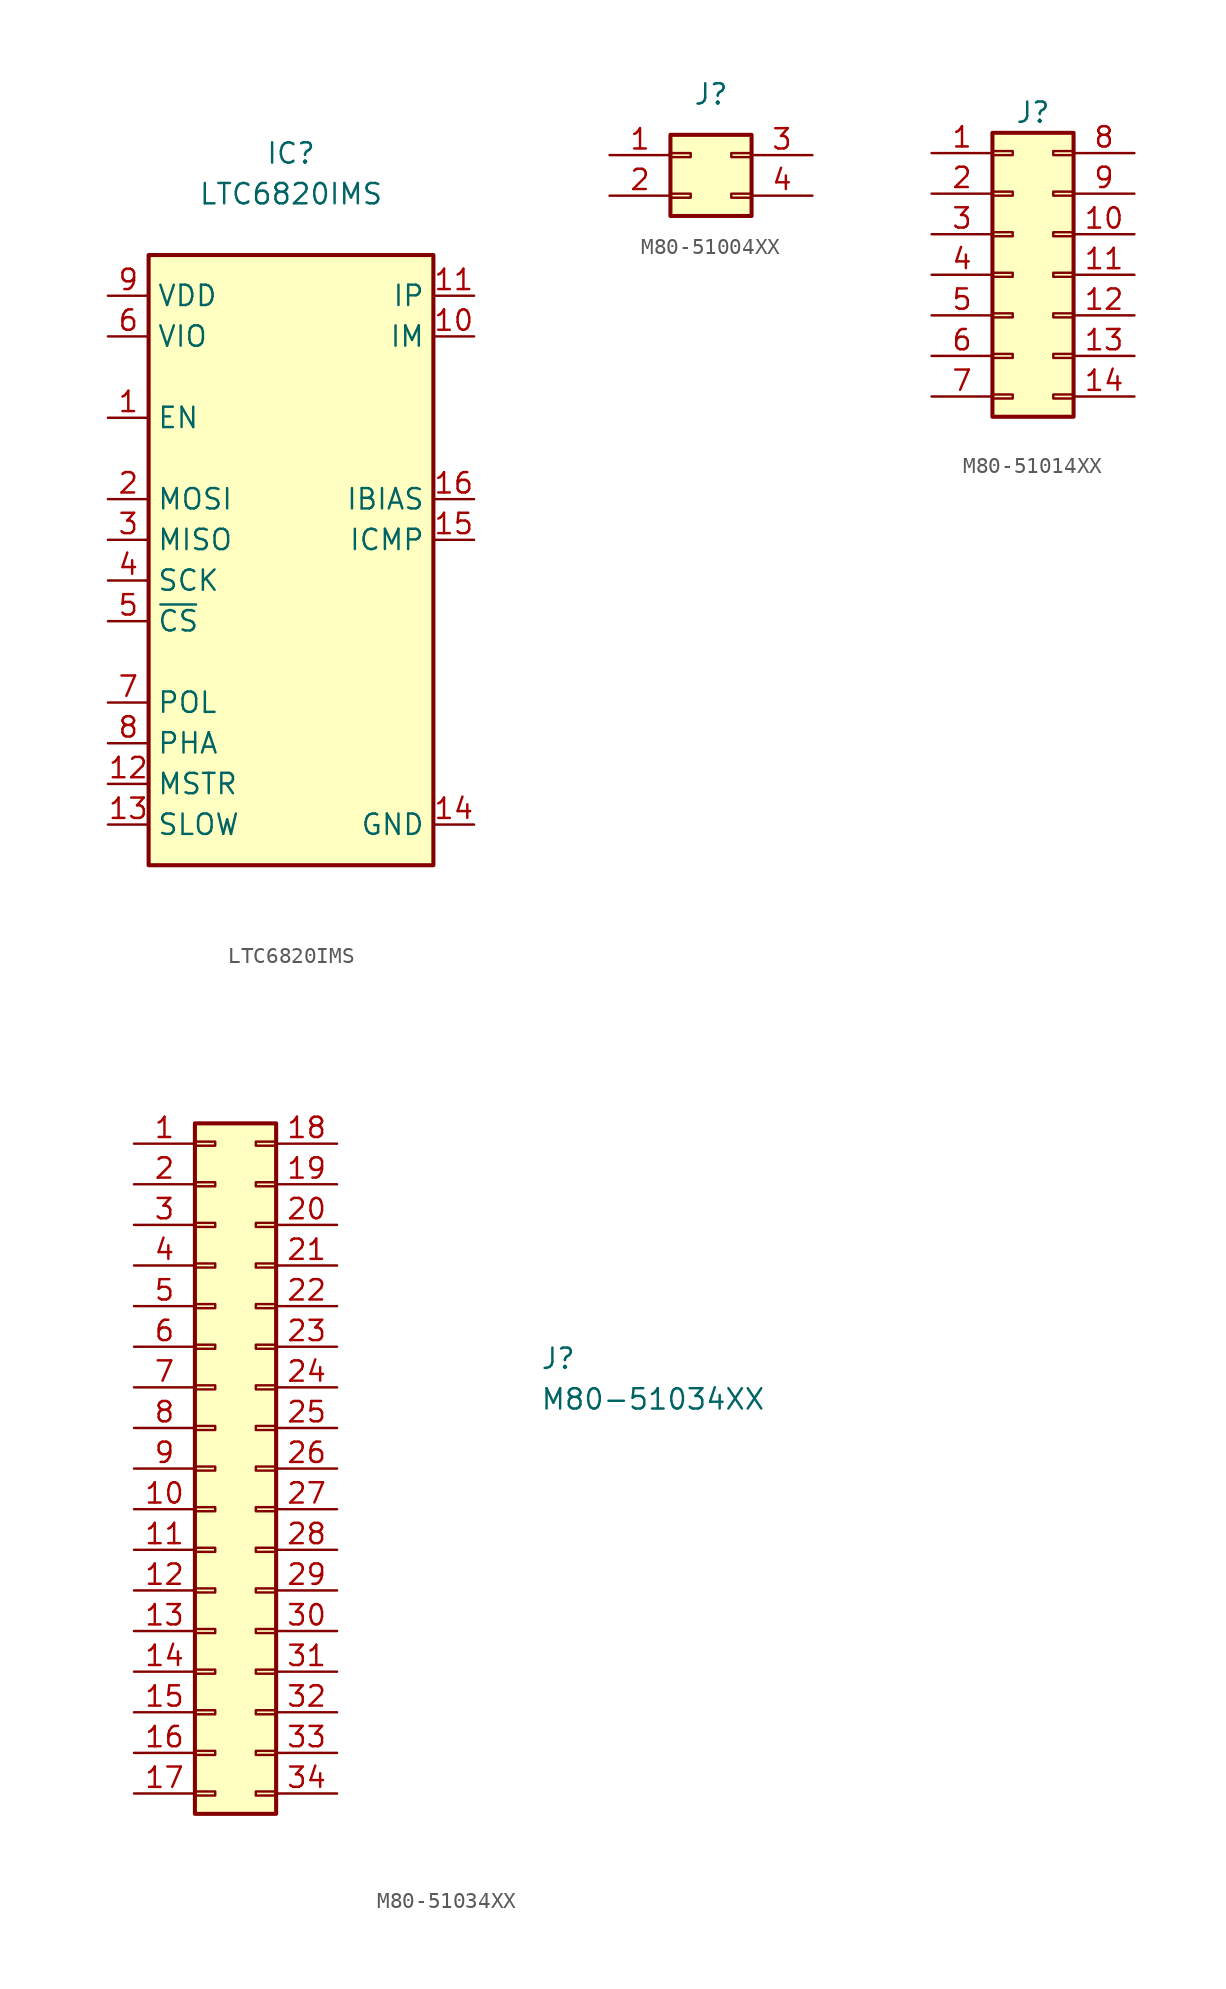
<source format=kicad_sym>
(kicad_symbol_lib
  (version 20241209)
  (generator "kicad_symbol_editor")
  (generator_version "9.0")
  (symbol "LTC6820IMS"
    (property "Reference" "IC"
      (at 0 25.4 0)
      (effects (font (size 1.27 1.27))))
    (property "Value" "LTC6820IMS"
      (at 0 22.86 0)
      (effects (font (size 1.27 1.27))))
    (symbol "LTC6820IMS_1_1"
      (rectangle (start -8.89 19.05) (end 8.89 -19.05) (stroke (width 0.254) (type default)) (fill (type background)))
      (pin power_in line (at -11.43 16.51 0) (length 2.54) (name "VDD" (effects (font (size 1.27 1.27)))) (number "9" (effects (font (size 1.27 1.27)))))
      (pin power_in line (at -11.43 13.97 0) (length 2.54) (name "VIO" (effects (font (size 1.27 1.27)))) (number "6" (effects (font (size 1.27 1.27)))))
      (pin input line (at -11.43 8.89 0) (length 2.54) (name "EN" (effects (font (size 1.27 1.27)))) (number "1" (effects (font (size 1.27 1.27)))))
      (pin input line (at -11.43 3.81 0) (length 2.54) (name "MOSI" (effects (font (size 1.27 1.27)))) (number "2" (effects (font (size 1.27 1.27)))))
      (pin output line (at -11.43 1.27 0) (length 2.54) (name "MISO" (effects (font (size 1.27 1.27)))) (number "3" (effects (font (size 1.27 1.27)))))
      (pin input line (at -11.43 -1.27 0) (length 2.54) (name "SCK" (effects (font (size 1.27 1.27)))) (number "4" (effects (font (size 1.27 1.27)))))
      (pin input line (at -11.43 -3.81 0) (length 2.54) (name "~{CS}" (effects (font (size 1.27 1.27)))) (number "5" (effects (font (size 1.27 1.27)))))
      (pin input line (at -11.43 -8.89 0) (length 2.54) (name "POL" (effects (font (size 1.27 1.27)))) (number "7" (effects (font (size 1.27 1.27)))))
      (pin input line (at -11.43 -11.43 0) (length 2.54) (name "PHA" (effects (font (size 1.27 1.27)))) (number "8" (effects (font (size 1.27 1.27)))))
      (pin input line (at -11.43 -13.97 0) (length 2.54) (name "MSTR" (effects (font (size 1.27 1.27)))) (number "12" (effects (font (size 1.27 1.27)))))
      (pin input line (at -11.43 -16.51 0) (length 2.54) (name "SLOW" (effects (font (size 1.27 1.27)))) (number "13" (effects (font (size 1.27 1.27)))))
      (pin input line (at 11.43 16.51 180) (length 2.54) (name "IP" (effects (font (size 1.27 1.27)))) (number "11" (effects (font (size 1.27 1.27)))))
      (pin input line (at 11.43 13.97 180) (length 2.54) (name "IM" (effects (font (size 1.27 1.27)))) (number "10" (effects (font (size 1.27 1.27)))))
      (pin input line (at 11.43 3.81 180) (length 2.54) (name "IBIAS" (effects (font (size 1.27 1.27)))) (number "16" (effects (font (size 1.27 1.27)))))
      (pin input line (at 11.43 1.27 180) (length 2.54) (name "ICMP" (effects (font (size 1.27 1.27)))) (number "15" (effects (font (size 1.27 1.27)))))
      (pin power_in line (at 11.43 -16.51 180) (length 2.54) (name "GND" (effects (font (size 1.27 1.27)))) (number "14" (effects (font (size 1.27 1.27)))))))
  (symbol "M80-51004XX"
    (pin_names
      (hide yes))
    (property "Reference" "J"
      (at 0 5.08 0)
      (effects (font (size 1.27 1.27))))
    (symbol "M80-51004XX_1_1"
      (rectangle (start -2.54 2.54) (end 2.54 -2.54) (stroke (width 0.254) (type default)) (fill (type background)))
      (rectangle (start -2.54 1.397) (end -1.27 1.143) (stroke (width 0.152) (type default)) (fill (type none)))
      (rectangle (start -2.54 -1.143) (end -1.27 -1.397) (stroke (width 0.152) (type default)) (fill (type none)))
      (rectangle (start 2.54 1.397) (end 1.27 1.143) (stroke (width 0.152) (type default)) (fill (type none)))
      (rectangle (start 2.54 -1.143) (end 1.27 -1.397) (stroke (width 0.152) (type default)) (fill (type none)))
      (pin passive line (at -6.35 1.27 0) (length 3.81) (name "Pin_1" (effects (font (size 1.27 1.27)))) (number "1" (effects (font (size 1.27 1.27)))))
      (pin passive line (at -6.35 -1.27 0) (length 3.81) (name "Pin_2" (effects (font (size 1.27 1.27)))) (number "2" (effects (font (size 1.27 1.27)))))
      (pin passive line (at 6.35 1.27 180) (length 3.81) (name "Pin_3" (effects (font (size 1.27 1.27)))) (number "3" (effects (font (size 1.27 1.27)))))
      (pin passive line (at 6.35 -1.27 180) (length 3.81) (name "Pin_4" (effects (font (size 1.27 1.27)))) (number "4" (effects (font (size 1.27 1.27)))))))
  (symbol "M80-51014XX"
    (pin_names
      (hide yes))
    (property "Reference" "J"
      (at 0 10.16 0)
      (effects (font (size 1.27 1.27))))
    (symbol "M80-51014XX_1_1"
      (rectangle (start -2.54 8.89) (end 2.54 -8.89) (stroke (width 0.254) (type default)) (fill (type background)))
      (rectangle (start -2.54 7.747) (end -1.27 7.493) (stroke (width 0.152) (type default)) (fill (type none)))
      (rectangle (start -2.54 5.207) (end -1.27 4.953) (stroke (width 0.152) (type default)) (fill (type none)))
      (rectangle (start -2.54 2.667) (end -1.27 2.413) (stroke (width 0.152) (type default)) (fill (type none)))
      (rectangle (start -2.54 0.127) (end -1.27 -0.127) (stroke (width 0.152) (type default)) (fill (type none)))
      (rectangle (start -2.54 -2.413) (end -1.27 -2.667) (stroke (width 0.152) (type default)) (fill (type none)))
      (rectangle (start -2.54 -4.953) (end -1.27 -5.207) (stroke (width 0.152) (type default)) (fill (type none)))
      (rectangle (start -2.54 -7.493) (end -1.27 -7.747) (stroke (width 0.152) (type default)) (fill (type none)))
      (rectangle (start 2.54 7.747) (end 1.27 7.493) (stroke (width 0.152) (type default)) (fill (type none)))
      (rectangle (start 2.54 5.207) (end 1.27 4.953) (stroke (width 0.152) (type default)) (fill (type none)))
      (rectangle (start 2.54 2.667) (end 1.27 2.413) (stroke (width 0.152) (type default)) (fill (type none)))
      (rectangle (start 2.54 0.127) (end 1.27 -0.127) (stroke (width 0.152) (type default)) (fill (type none)))
      (rectangle (start 2.54 -2.413) (end 1.27 -2.667) (stroke (width 0.152) (type default)) (fill (type none)))
      (rectangle (start 2.54 -4.953) (end 1.27 -5.207) (stroke (width 0.152) (type default)) (fill (type none)))
      (rectangle (start 2.54 -7.493) (end 1.27 -7.747) (stroke (width 0.152) (type default)) (fill (type none)))
      (pin passive line (at -6.35 7.62 0) (length 3.81) (name "Pin_1" (effects (font (size 1.27 1.27)))) (number "1" (effects (font (size 1.27 1.27)))))
      (pin passive line (at -6.35 5.08 0) (length 3.81) (name "Pin_2" (effects (font (size 1.27 1.27)))) (number "2" (effects (font (size 1.27 1.27)))))
      (pin passive line (at -6.35 2.54 0) (length 3.81) (name "Pin_3" (effects (font (size 1.27 1.27)))) (number "3" (effects (font (size 1.27 1.27)))))
      (pin passive line (at -6.35 0 0) (length 3.81) (name "Pin_4" (effects (font (size 1.27 1.27)))) (number "4" (effects (font (size 1.27 1.27)))))
      (pin passive line (at -6.35 -2.54 0) (length 3.81) (name "Pin_5" (effects (font (size 1.27 1.27)))) (number "5" (effects (font (size 1.27 1.27)))))
      (pin passive line (at -6.35 -5.08 0) (length 3.81) (name "Pin_6" (effects (font (size 1.27 1.27)))) (number "6" (effects (font (size 1.27 1.27)))))
      (pin passive line (at -6.35 -7.62 0) (length 3.81) (name "Pin_7" (effects (font (size 1.27 1.27)))) (number "7" (effects (font (size 1.27 1.27)))))
      (pin passive line (at 6.35 7.62 180) (length 3.81) (name "Pin_8" (effects (font (size 1.27 1.27)))) (number "8" (effects (font (size 1.27 1.27)))))
      (pin passive line (at 6.35 5.08 180) (length 3.81) (name "Pin_9" (effects (font (size 1.27 1.27)))) (number "9" (effects (font (size 1.27 1.27)))))
      (pin passive line (at 6.35 2.54 180) (length 3.81) (name "Pin_10" (effects (font (size 1.27 1.27)))) (number "10" (effects (font (size 1.27 1.27)))))
      (pin passive line (at 6.35 0 180) (length 3.81) (name "Pin_11" (effects (font (size 1.27 1.27)))) (number "11" (effects (font (size 1.27 1.27)))))
      (pin passive line (at 6.35 -2.54 180) (length 3.81) (name "Pin_12" (effects (font (size 1.27 1.27)))) (number "12" (effects (font (size 1.27 1.27)))))
      (pin passive line (at 6.35 -5.08 180) (length 3.81) (name "Pin_13" (effects (font (size 1.27 1.27)))) (number "13" (effects (font (size 1.27 1.27)))))
      (pin passive line (at 6.35 -7.62 180) (length 3.81) (name "Pin_14" (effects (font (size 1.27 1.27)))) (number "14" (effects (font (size 1.27 1.27)))))))
  (symbol "M80-51034XX"
    (pin_names
      (hide yes))
    (property "Reference" "J"
      (at 19.05 7.62 0)
      (effects (font (size 1.27 1.27)) (justify left top)))
    (property "Value" "M80-51034XX"
      (at 19.05 5.08 0)
      (effects (font (size 1.27 1.27)) (justify left top)))
    (symbol "M80-51034XX_1_1"
      (rectangle (start -2.54 21.59) (end 2.54 -21.59) (stroke (width 0.254) (type default)) (fill (type background)))
      (rectangle (start -2.54 20.447) (end -1.27 20.193) (stroke (width 0.152) (type default)) (fill (type none)))
      (rectangle (start -2.54 17.907) (end -1.27 17.653) (stroke (width 0.152) (type default)) (fill (type none)))
      (rectangle (start -2.54 15.367) (end -1.27 15.113) (stroke (width 0.152) (type default)) (fill (type none)))
      (rectangle (start -2.54 12.827) (end -1.27 12.573) (stroke (width 0.152) (type default)) (fill (type none)))
      (rectangle (start -2.54 10.287) (end -1.27 10.033) (stroke (width 0.152) (type default)) (fill (type none)))
      (rectangle (start -2.54 7.747) (end -1.27 7.493) (stroke (width 0.152) (type default)) (fill (type none)))
      (rectangle (start -2.54 5.207) (end -1.27 4.953) (stroke (width 0.152) (type default)) (fill (type none)))
      (rectangle (start -2.54 2.667) (end -1.27 2.413) (stroke (width 0.152) (type default)) (fill (type none)))
      (rectangle (start -2.54 0.127) (end -1.27 -0.127) (stroke (width 0.152) (type default)) (fill (type none)))
      (rectangle (start -2.54 -2.413) (end -1.27 -2.667) (stroke (width 0.152) (type default)) (fill (type none)))
      (rectangle (start -2.54 -4.953) (end -1.27 -5.207) (stroke (width 0.152) (type default)) (fill (type none)))
      (rectangle (start -2.54 -7.493) (end -1.27 -7.747) (stroke (width 0.152) (type default)) (fill (type none)))
      (rectangle (start -2.54 -10.033) (end -1.27 -10.287) (stroke (width 0.152) (type default)) (fill (type none)))
      (rectangle (start -2.54 -12.573) (end -1.27 -12.827) (stroke (width 0.152) (type default)) (fill (type none)))
      (rectangle (start -2.54 -15.113) (end -1.27 -15.367) (stroke (width 0.152) (type default)) (fill (type none)))
      (rectangle (start -2.54 -17.653) (end -1.27 -17.907) (stroke (width 0.152) (type default)) (fill (type none)))
      (rectangle (start -2.54 -20.193) (end -1.27 -20.447) (stroke (width 0.152) (type default)) (fill (type none)))
      (rectangle (start 2.54 20.447) (end 1.27 20.193) (stroke (width 0.152) (type default)) (fill (type none)))
      (rectangle (start 2.54 17.907) (end 1.27 17.653) (stroke (width 0.152) (type default)) (fill (type none)))
      (rectangle (start 2.54 15.367) (end 1.27 15.113) (stroke (width 0.152) (type default)) (fill (type none)))
      (rectangle (start 2.54 12.827) (end 1.27 12.573) (stroke (width 0.152) (type default)) (fill (type none)))
      (rectangle (start 2.54 10.287) (end 1.27 10.033) (stroke (width 0.152) (type default)) (fill (type none)))
      (rectangle (start 2.54 7.747) (end 1.27 7.493) (stroke (width 0.152) (type default)) (fill (type none)))
      (rectangle (start 2.54 5.207) (end 1.27 4.953) (stroke (width 0.152) (type default)) (fill (type none)))
      (rectangle (start 2.54 2.667) (end 1.27 2.413) (stroke (width 0.152) (type default)) (fill (type none)))
      (rectangle (start 2.54 0.127) (end 1.27 -0.127) (stroke (width 0.152) (type default)) (fill (type none)))
      (rectangle (start 2.54 -2.413) (end 1.27 -2.667) (stroke (width 0.152) (type default)) (fill (type none)))
      (rectangle (start 2.54 -4.953) (end 1.27 -5.207) (stroke (width 0.152) (type default)) (fill (type none)))
      (rectangle (start 2.54 -7.493) (end 1.27 -7.747) (stroke (width 0.152) (type default)) (fill (type none)))
      (rectangle (start 2.54 -10.033) (end 1.27 -10.287) (stroke (width 0.152) (type default)) (fill (type none)))
      (rectangle (start 2.54 -12.573) (end 1.27 -12.827) (stroke (width 0.152) (type default)) (fill (type none)))
      (rectangle (start 2.54 -15.113) (end 1.27 -15.367) (stroke (width 0.152) (type default)) (fill (type none)))
      (rectangle (start 2.54 -17.653) (end 1.27 -17.907) (stroke (width 0.152) (type default)) (fill (type none)))
      (rectangle (start 2.54 -20.193) (end 1.27 -20.447) (stroke (width 0.152) (type default)) (fill (type none)))
      (pin passive line (at -6.35 20.32 0) (length 3.81) (name "Pin_1" (effects (font (size 1.27 1.27)))) (number "1" (effects (font (size 1.27 1.27)))))
      (pin passive line (at -6.35 17.78 0) (length 3.81) (name "Pin_2" (effects (font (size 1.27 1.27)))) (number "2" (effects (font (size 1.27 1.27)))))
      (pin passive line (at -6.35 15.24 0) (length 3.81) (name "Pin_3" (effects (font (size 1.27 1.27)))) (number "3" (effects (font (size 1.27 1.27)))))
      (pin passive line (at -6.35 12.7 0) (length 3.81) (name "Pin_4" (effects (font (size 1.27 1.27)))) (number "4" (effects (font (size 1.27 1.27)))))
      (pin passive line (at -6.35 10.16 0) (length 3.81) (name "Pin_5" (effects (font (size 1.27 1.27)))) (number "5" (effects (font (size 1.27 1.27)))))
      (pin passive line (at -6.35 7.62 0) (length 3.81) (name "Pin_6" (effects (font (size 1.27 1.27)))) (number "6" (effects (font (size 1.27 1.27)))))
      (pin passive line (at -6.35 5.08 0) (length 3.81) (name "Pin_7" (effects (font (size 1.27 1.27)))) (number "7" (effects (font (size 1.27 1.27)))))
      (pin passive line (at -6.35 2.54 0) (length 3.81) (name "Pin_8" (effects (font (size 1.27 1.27)))) (number "8" (effects (font (size 1.27 1.27)))))
      (pin passive line (at -6.35 0 0) (length 3.81) (name "Pin_9" (effects (font (size 1.27 1.27)))) (number "9" (effects (font (size 1.27 1.27)))))
      (pin passive line (at -6.35 -2.54 0) (length 3.81) (name "Pin_10" (effects (font (size 1.27 1.27)))) (number "10" (effects (font (size 1.27 1.27)))))
      (pin passive line (at -6.35 -5.08 0) (length 3.81) (name "Pin_11" (effects (font (size 1.27 1.27)))) (number "11" (effects (font (size 1.27 1.27)))))
      (pin passive line (at -6.35 -7.62 0) (length 3.81) (name "Pin_12" (effects (font (size 1.27 1.27)))) (number "12" (effects (font (size 1.27 1.27)))))
      (pin passive line (at -6.35 -10.16 0) (length 3.81) (name "Pin_13" (effects (font (size 1.27 1.27)))) (number "13" (effects (font (size 1.27 1.27)))))
      (pin passive line (at -6.35 -12.7 0) (length 3.81) (name "Pin_14" (effects (font (size 1.27 1.27)))) (number "14" (effects (font (size 1.27 1.27)))))
      (pin passive line (at -6.35 -15.24 0) (length 3.81) (name "Pin_15" (effects (font (size 1.27 1.27)))) (number "15" (effects (font (size 1.27 1.27)))))
      (pin passive line (at -6.35 -17.78 0) (length 3.81) (name "Pin_16" (effects (font (size 1.27 1.27)))) (number "16" (effects (font (size 1.27 1.27)))))
      (pin passive line (at -6.35 -20.32 0) (length 3.81) (name "Pin_17" (effects (font (size 1.27 1.27)))) (number "17" (effects (font (size 1.27 1.27)))))
      (pin passive line (at 6.35 20.32 180) (length 3.81) (name "Pin_18" (effects (font (size 1.27 1.27)))) (number "18" (effects (font (size 1.27 1.27)))))
      (pin passive line (at 6.35 17.78 180) (length 3.81) (name "Pin_19" (effects (font (size 1.27 1.27)))) (number "19" (effects (font (size 1.27 1.27)))))
      (pin passive line (at 6.35 15.24 180) (length 3.81) (name "Pin_20" (effects (font (size 1.27 1.27)))) (number "20" (effects (font (size 1.27 1.27)))))
      (pin passive line (at 6.35 12.7 180) (length 3.81) (name "Pin_21" (effects (font (size 1.27 1.27)))) (number "21" (effects (font (size 1.27 1.27)))))
      (pin passive line (at 6.35 10.16 180) (length 3.81) (name "Pin_22" (effects (font (size 1.27 1.27)))) (number "22" (effects (font (size 1.27 1.27)))))
      (pin passive line (at 6.35 7.62 180) (length 3.81) (name "Pin_23" (effects (font (size 1.27 1.27)))) (number "23" (effects (font (size 1.27 1.27)))))
      (pin passive line (at 6.35 5.08 180) (length 3.81) (name "Pin_24" (effects (font (size 1.27 1.27)))) (number "24" (effects (font (size 1.27 1.27)))))
      (pin passive line (at 6.35 2.54 180) (length 3.81) (name "Pin_25" (effects (font (size 1.27 1.27)))) (number "25" (effects (font (size 1.27 1.27)))))
      (pin passive line (at 6.35 0 180) (length 3.81) (name "Pin_26" (effects (font (size 1.27 1.27)))) (number "26" (effects (font (size 1.27 1.27)))))
      (pin passive line (at 6.35 -2.54 180) (length 3.81) (name "Pin_27" (effects (font (size 1.27 1.27)))) (number "27" (effects (font (size 1.27 1.27)))))
      (pin passive line (at 6.35 -5.08 180) (length 3.81) (name "Pin_28" (effects (font (size 1.27 1.27)))) (number "28" (effects (font (size 1.27 1.27)))))
      (pin passive line (at 6.35 -7.62 180) (length 3.81) (name "Pin_29" (effects (font (size 1.27 1.27)))) (number "29" (effects (font (size 1.27 1.27)))))
      (pin passive line (at 6.35 -10.16 180) (length 3.81) (name "Pin_30" (effects (font (size 1.27 1.27)))) (number "30" (effects (font (size 1.27 1.27)))))
      (pin passive line (at 6.35 -12.7 180) (length 3.81) (name "Pin_31" (effects (font (size 1.27 1.27)))) (number "31" (effects (font (size 1.27 1.27)))))
      (pin passive line (at 6.35 -15.24 180) (length 3.81) (name "Pin_32" (effects (font (size 1.27 1.27)))) (number "32" (effects (font (size 1.27 1.27)))))
      (pin passive line (at 6.35 -17.78 180) (length 3.81) (name "Pin_33" (effects (font (size 1.27 1.27)))) (number "33" (effects (font (size 1.27 1.27)))))
      (pin passive line (at 6.35 -20.32 180) (length 3.81) (name "Pin_34" (effects (font (size 1.27 1.27)))) (number "34" (effects (font (size 1.27 1.27))))))))
</source>
